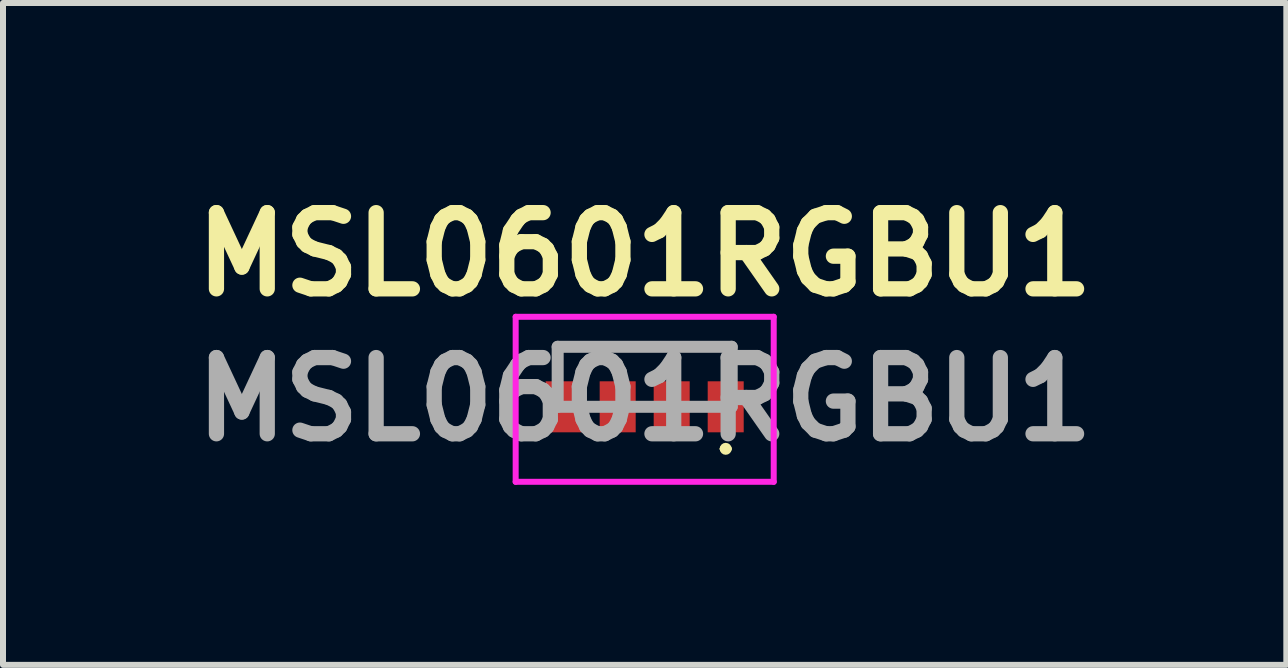
<source format=kicad_pcb>
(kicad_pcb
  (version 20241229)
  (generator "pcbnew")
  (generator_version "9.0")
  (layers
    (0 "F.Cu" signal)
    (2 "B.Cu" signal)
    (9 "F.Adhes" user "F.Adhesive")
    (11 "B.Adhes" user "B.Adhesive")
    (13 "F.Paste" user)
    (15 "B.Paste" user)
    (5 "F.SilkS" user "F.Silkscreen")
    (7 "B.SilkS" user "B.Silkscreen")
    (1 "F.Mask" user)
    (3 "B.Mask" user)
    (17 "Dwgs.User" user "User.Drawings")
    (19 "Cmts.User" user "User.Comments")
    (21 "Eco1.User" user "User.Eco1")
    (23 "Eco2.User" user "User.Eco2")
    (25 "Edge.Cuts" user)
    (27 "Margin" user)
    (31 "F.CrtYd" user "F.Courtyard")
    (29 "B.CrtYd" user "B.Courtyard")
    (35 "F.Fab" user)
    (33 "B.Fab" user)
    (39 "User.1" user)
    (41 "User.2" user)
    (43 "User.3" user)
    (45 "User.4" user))
  (footprint "MSL0601RGBU1"
    (layer "F.Cu")
    (at 7.693 3.729)
    (property "Reference" "MSL0601RGBU1" (at 0 -2.54 0) (layer "F.SilkS") (effects (font (size 1.27 1.27) (thickness 0.254))))
    (attr smd)
    (fp_line (start -1.45 -1) (end -1.45 -0.7) (stroke (width 0.1) (type solid)) (layer "F.SilkS"))
    (fp_line (start 1.3 0.7) (end 1.3 0.7) (stroke (width 0.1) (type solid)) (layer "F.SilkS"))
    (fp_line (start 1.4 0.7) (end 1.4 0.7) (stroke (width 0.1) (type solid)) (layer "F.SilkS"))
    (fp_line (start 1.45 -1) (end -1.45 -1) (stroke (width 0.1) (type solid)) (layer "F.SilkS"))
    (fp_line (start 1.45 -0.7) (end 1.45 -1) (stroke (width 0.1) (type solid)) (layer "F.SilkS"))
    (fp_arc (start 1.3 0.7) (mid 1.35 0.65) (end 1.4 0.7) (stroke (width 0.1) (type solid)) (layer "F.SilkS"))
    (fp_arc (start 1.4 0.7) (mid 1.35 0.75) (end 1.3 0.7) (stroke (width 0.1) (type solid)) (layer "F.SilkS"))
    (fp_line (start -2.15 -1.5) (end 2.15 -1.5) (stroke (width 0.1) (type solid)) (layer "F.CrtYd"))
    (fp_line (start -2.15 1.25) (end -2.15 -1.5) (stroke (width 0.1) (type solid)) (layer "F.CrtYd"))
    (fp_line (start 2.15 -1.5) (end 2.15 1.25) (stroke (width 0.1) (type solid)) (layer "F.CrtYd"))
    (fp_line (start 2.15 1.25) (end -2.15 1.25) (stroke (width 0.1) (type solid)) (layer "F.CrtYd"))
    (fp_line (start -1.45 -1) (end 1.45 -1) (stroke (width 0.2) (type solid)) (layer "F.Fab"))
    (fp_line (start -1.45 0) (end -1.45 -1) (stroke (width 0.2) (type solid)) (layer "F.Fab"))
    (fp_line (start 1.45 -1) (end 1.45 0) (stroke (width 0.2) (type solid)) (layer "F.Fab"))
    (fp_line (start 1.45 0) (end -1.45 0) (stroke (width 0.2) (type solid)) (layer "F.Fab"))
    (fp_text user "${REFERENCE}" (at 0 -0.125 0) (layer "F.Fab") (effects (font (size 1.27 1.27) (thickness 0.254))))
    (pad "1" smd rect (at -1.35 0) (size 0.6 0.85) (layers "F.Cu" "F.Mask" "F.Paste"))
    (pad "2" smd rect (at -0.45 0) (size 0.6 0.85) (layers "F.Cu" "F.Mask" "F.Paste"))
    (pad "3" smd rect (at 0.45 0) (size 0.6 0.85) (layers "F.Cu" "F.Mask" "F.Paste"))
    (pad "4" smd rect (at 1.35 0) (size 0.6 0.85) (layers "F.Cu" "F.Mask" "F.Paste")))
  (gr_rect
    (start -3 -3)
    (end 18.385 8.029)
    (stroke (width 0.1) (type default))
    (fill no)
    (layer "Edge.Cuts")))
</source>
